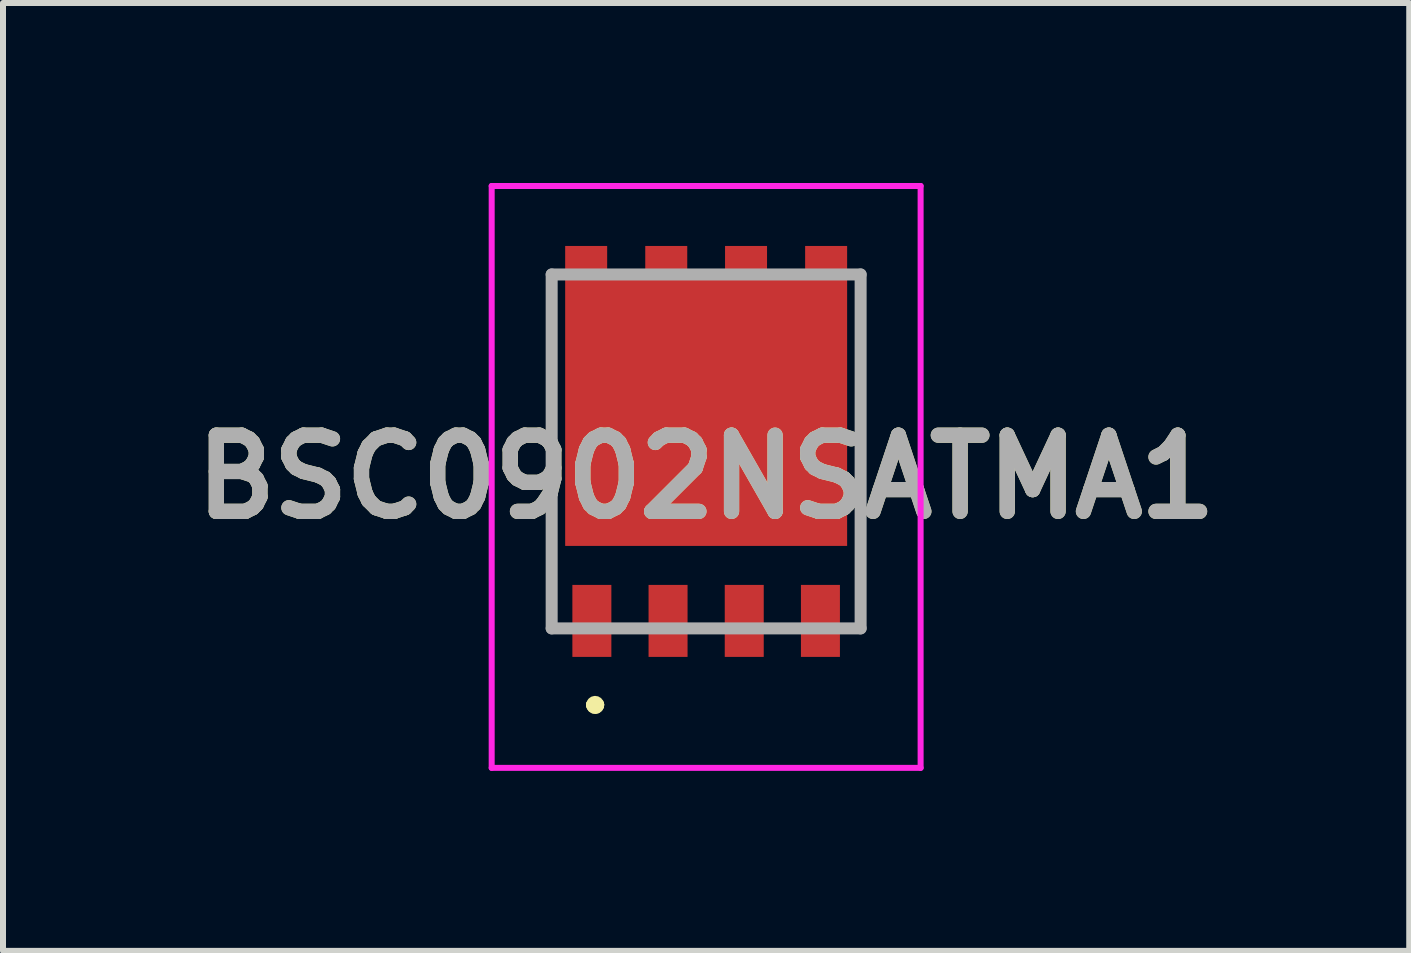
<source format=kicad_pcb>
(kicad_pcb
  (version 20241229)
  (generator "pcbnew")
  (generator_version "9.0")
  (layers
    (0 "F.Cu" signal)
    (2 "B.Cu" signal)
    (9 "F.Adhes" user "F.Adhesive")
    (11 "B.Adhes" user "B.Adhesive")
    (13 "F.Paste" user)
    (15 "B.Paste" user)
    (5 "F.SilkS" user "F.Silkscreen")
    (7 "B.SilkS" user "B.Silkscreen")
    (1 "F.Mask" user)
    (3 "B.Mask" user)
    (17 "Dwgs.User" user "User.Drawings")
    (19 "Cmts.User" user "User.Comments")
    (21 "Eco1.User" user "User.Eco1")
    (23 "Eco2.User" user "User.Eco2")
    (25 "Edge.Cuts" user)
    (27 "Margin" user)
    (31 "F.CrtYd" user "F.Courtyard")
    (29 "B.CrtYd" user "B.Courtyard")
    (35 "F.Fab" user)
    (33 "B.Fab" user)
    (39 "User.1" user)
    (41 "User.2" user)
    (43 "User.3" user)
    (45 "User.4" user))
  (footprint "BSC0902NSATMA1"
    (layer "F.Cu")
    (at 8.721 4.475)
    (property "Reference" "BSC0902NSATMA1" (at 0 0.425 0) (layer "F.SilkS") (effects (font (size 1.27 1.27) (thickness 0.254))))
    (attr smd)
    (fp_line (start -1.9 4.225) (end -1.9 4.225) (stroke (width 0.2) (type solid)) (layer "F.SilkS"))
    (fp_line (start -1.9 4.225) (end -1.9 4.225) (stroke (width 0.2) (type solid)) (layer "F.SilkS"))
    (fp_line (start -1.8 4.225) (end -1.8 4.225) (stroke (width 0.2) (type solid)) (layer "F.SilkS"))
    (fp_arc (start -1.9 4.225) (mid -1.85 4.175) (end -1.8 4.225) (stroke (width 0.2) (type solid)) (layer "F.SilkS"))
    (fp_arc (start -1.8 4.225) (mid -1.85 4.275) (end -1.9 4.225) (stroke (width 0.2) (type solid)) (layer "F.SilkS"))
    (fp_arc (start -1.8 4.225) (mid -1.85 4.275) (end -1.9 4.225) (stroke (width 0.2) (type solid)) (layer "F.SilkS"))
    (fp_line (start -3.575 -4.425) (end 3.575 -4.425) (stroke (width 0.1) (type solid)) (layer "F.CrtYd"))
    (fp_line (start -3.575 5.275) (end -3.575 -4.425) (stroke (width 0.1) (type solid)) (layer "F.CrtYd"))
    (fp_line (start 3.575 -4.425) (end 3.575 5.275) (stroke (width 0.1) (type solid)) (layer "F.CrtYd"))
    (fp_line (start 3.575 5.275) (end -3.575 5.275) (stroke (width 0.1) (type solid)) (layer "F.CrtYd"))
    (fp_line (start -2.575 -2.95) (end -2.575 2.95) (stroke (width 0.2) (type solid)) (layer "F.Fab"))
    (fp_line (start -2.575 2.95) (end 2.575 2.95) (stroke (width 0.2) (type solid)) (layer "F.Fab"))
    (fp_line (start 2.575 -2.95) (end -2.575 -2.95) (stroke (width 0.2) (type solid)) (layer "F.Fab"))
    (fp_line (start 2.575 2.95) (end 2.575 -2.95) (stroke (width 0.2) (type solid)) (layer "F.Fab"))
    (fp_text user "${REFERENCE}" (at 0 0.425 0) (layer "F.Fab") (effects (font (size 1.27 1.27) (thickness 0.254))))
    (pad "1" smd rect (at -1.905 2.825) (size 0.65 1.2) (layers "F.Cu" "F.Mask" "F.Paste"))
    (pad "2" smd rect (at -0.635 2.825) (size 0.65 1.2) (layers "F.Cu" "F.Mask" "F.Paste"))
    (pad "3" smd rect (at 0.635 2.825) (size 0.65 1.2) (layers "F.Cu" "F.Mask" "F.Paste"))
    (pad "4" smd rect (at 1.905 2.825) (size 0.65 1.2) (layers "F.Cu" "F.Mask" "F.Paste"))
    (pad "5" smd rect (at 2 -3.175 90) (size 0.5 0.7) (layers "F.Cu" "F.Mask" "F.Paste"))
    (pad "6" smd rect (at 0.665 -3.175 90) (size 0.5 0.7) (layers "F.Cu" "F.Mask" "F.Paste"))
    (pad "7" smd rect (at -0.665 -3.175 90) (size 0.5 0.7) (layers "F.Cu" "F.Mask" "F.Paste"))
    (pad "8" smd rect (at -2 -3.175 90) (size 0.5 0.7) (layers "F.Cu" "F.Mask" "F.Paste"))
    (pad "9" smd rect (at 0 -0.675 90) (size 4.5 4.7) (layers "F.Cu" "F.Mask" "F.Paste")))
  (gr_rect
    (start -3 -3)
    (end 20.441 12.8)
    (stroke (width 0.1) (type default))
    (fill no)
    (layer "Edge.Cuts")))
</source>
